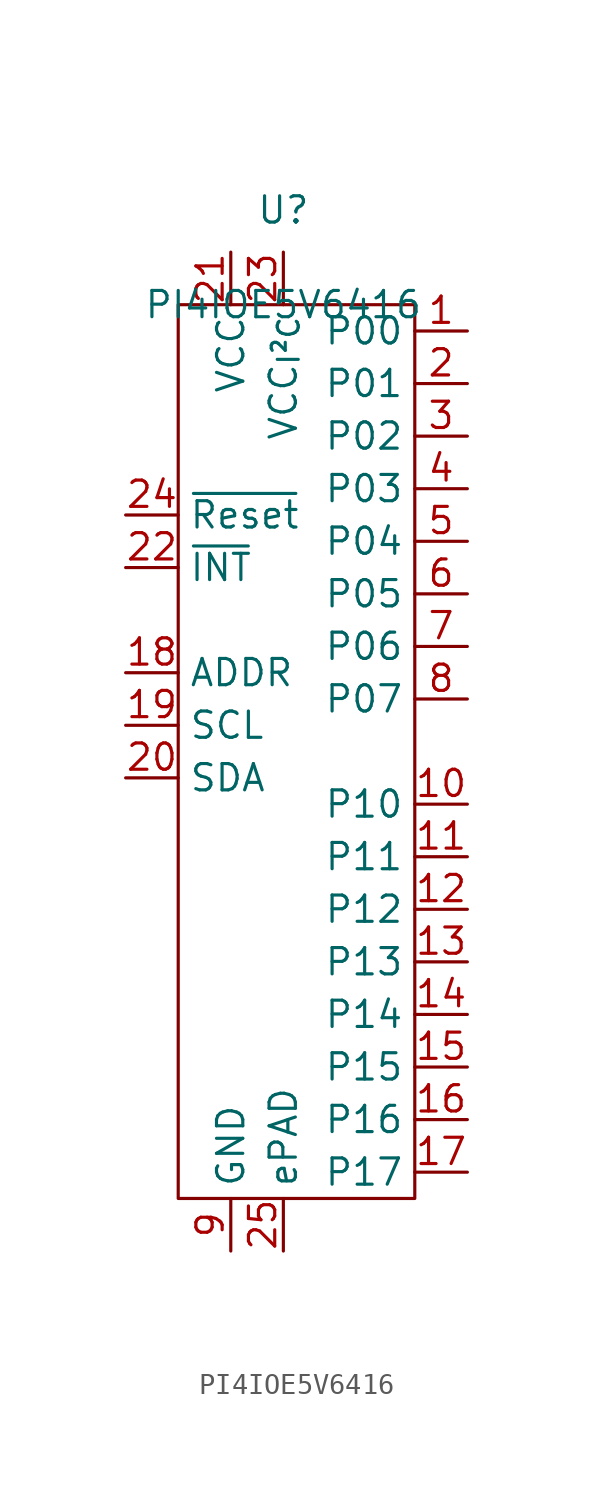
<source format=kicad_sym>
(kicad_symbol_lib
  (version 20241209)
  (generator "kicad_symbol_editor")
  (generator_version "9.0")
  (symbol "PI4IOE5V6416"
    (property "Reference" "U"
      (at 0 4.572 0)
      (effects (font (size 1.27 1.27))))
    (property "Value" "PI4IOE5V6416"
      (at 0 0 0)
      (effects (font (size 1.27 1.27))))
    (symbol "PI4IOE5V6416_0_1"
      (rectangle (start 6.35 -43.18) (end -5.08 0) (stroke (width 0) (type default)) (fill (type none))))
    (symbol "PI4IOE5V6416_1_1"
      (pin input line (at -7.62 -10.16 0) (length 2.54) (name "~{Reset}" (effects (font (size 1.27 1.27)))) (number "24" (effects (font (size 1.27 1.27)))))
      (pin open_collector line (at -7.62 -12.7 0) (length 2.54) (name "~{INT}" (effects (font (size 1.27 1.27)))) (number "22" (effects (font (size 1.27 1.27)))))
      (pin input line (at -7.62 -17.78 0) (length 2.54) (name "ADDR" (effects (font (size 1.27 1.27)))) (number "18" (effects (font (size 1.27 1.27)))))
      (pin bidirectional line (at -7.62 -20.32 0) (length 2.54) (name "SCL" (effects (font (size 1.27 1.27)))) (number "19" (effects (font (size 1.27 1.27)))))
      (pin input line (at -7.62 -22.86 0) (length 2.54) (name "SDA" (effects (font (size 1.27 1.27)))) (number "20" (effects (font (size 1.27 1.27)))))
      (pin power_in line (at -2.54 2.54 270) (length 2.54) (name "VCC" (effects (font (size 1.27 1.27)))) (number "21" (effects (font (size 1.27 1.27)))))
      (pin power_in line (at -2.54 -45.72 90) (length 2.54) (name "GND" (effects (font (size 1.27 1.27)))) (number "9" (effects (font (size 1.27 1.27)))))
      (pin power_in line (at 0 2.54 270) (length 2.54) (name "VCC_{I²C}" (effects (font (size 1.27 1.27)))) (number "23" (effects (font (size 1.27 1.27)))))
      (pin power_in line (at 0 -45.72 90) (length 2.54) (name "ePAD" (effects (font (size 1.27 1.27)))) (number "25" (effects (font (size 1.27 1.27)))))
      (pin bidirectional line (at 8.89 -1.27 180) (length 2.54) (name "P00" (effects (font (size 1.27 1.27)))) (number "1" (effects (font (size 1.27 1.27)))))
      (pin bidirectional line (at 8.89 -3.81 180) (length 2.54) (name "P01" (effects (font (size 1.27 1.27)))) (number "2" (effects (font (size 1.27 1.27)))))
      (pin bidirectional line (at 8.89 -6.35 180) (length 2.54) (name "P02" (effects (font (size 1.27 1.27)))) (number "3" (effects (font (size 1.27 1.27)))))
      (pin bidirectional line (at 8.89 -8.89 180) (length 2.54) (name "P03" (effects (font (size 1.27 1.27)))) (number "4" (effects (font (size 1.27 1.27)))))
      (pin bidirectional line (at 8.89 -11.43 180) (length 2.54) (name "P04" (effects (font (size 1.27 1.27)))) (number "5" (effects (font (size 1.27 1.27)))))
      (pin bidirectional line (at 8.89 -13.97 180) (length 2.54) (name "P05" (effects (font (size 1.27 1.27)))) (number "6" (effects (font (size 1.27 1.27)))))
      (pin bidirectional line (at 8.89 -16.51 180) (length 2.54) (name "P06" (effects (font (size 1.27 1.27)))) (number "7" (effects (font (size 1.27 1.27)))))
      (pin bidirectional line (at 8.89 -19.05 180) (length 2.54) (name "P07" (effects (font (size 1.27 1.27)))) (number "8" (effects (font (size 1.27 1.27)))))
      (pin bidirectional line (at 8.89 -24.13 180) (length 2.54) (name "P10" (effects (font (size 1.27 1.27)))) (number "10" (effects (font (size 1.27 1.27)))))
      (pin bidirectional line (at 8.89 -26.67 180) (length 2.54) (name "P11" (effects (font (size 1.27 1.27)))) (number "11" (effects (font (size 1.27 1.27)))))
      (pin bidirectional line (at 8.89 -29.21 180) (length 2.54) (name "P12" (effects (font (size 1.27 1.27)))) (number "12" (effects (font (size 1.27 1.27)))))
      (pin bidirectional line (at 8.89 -31.75 180) (length 2.54) (name "P13" (effects (font (size 1.27 1.27)))) (number "13" (effects (font (size 1.27 1.27)))))
      (pin bidirectional line (at 8.89 -34.29 180) (length 2.54) (name "P14" (effects (font (size 1.27 1.27)))) (number "14" (effects (font (size 1.27 1.27)))))
      (pin bidirectional line (at 8.89 -36.83 180) (length 2.54) (name "P15" (effects (font (size 1.27 1.27)))) (number "15" (effects (font (size 1.27 1.27)))))
      (pin bidirectional line (at 8.89 -39.37 180) (length 2.54) (name "P16" (effects (font (size 1.27 1.27)))) (number "16" (effects (font (size 1.27 1.27)))))
      (pin bidirectional line (at 8.89 -41.91 180) (length 2.54) (name "P17" (effects (font (size 1.27 1.27)))) (number "17" (effects (font (size 1.27 1.27))))))))
</source>
